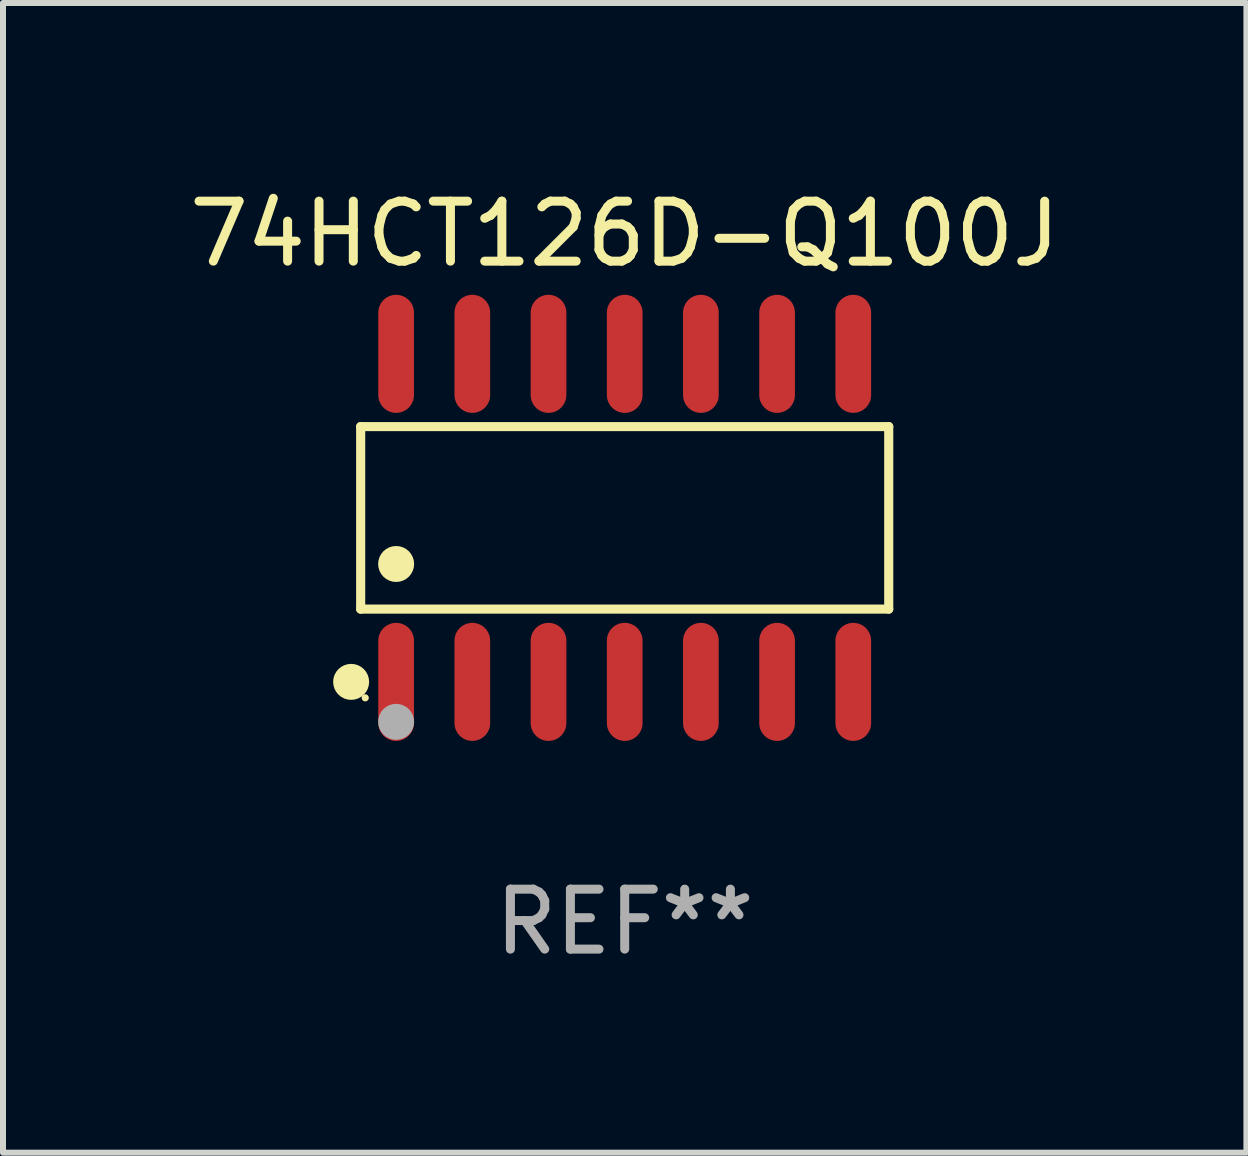
<source format=kicad_pcb>
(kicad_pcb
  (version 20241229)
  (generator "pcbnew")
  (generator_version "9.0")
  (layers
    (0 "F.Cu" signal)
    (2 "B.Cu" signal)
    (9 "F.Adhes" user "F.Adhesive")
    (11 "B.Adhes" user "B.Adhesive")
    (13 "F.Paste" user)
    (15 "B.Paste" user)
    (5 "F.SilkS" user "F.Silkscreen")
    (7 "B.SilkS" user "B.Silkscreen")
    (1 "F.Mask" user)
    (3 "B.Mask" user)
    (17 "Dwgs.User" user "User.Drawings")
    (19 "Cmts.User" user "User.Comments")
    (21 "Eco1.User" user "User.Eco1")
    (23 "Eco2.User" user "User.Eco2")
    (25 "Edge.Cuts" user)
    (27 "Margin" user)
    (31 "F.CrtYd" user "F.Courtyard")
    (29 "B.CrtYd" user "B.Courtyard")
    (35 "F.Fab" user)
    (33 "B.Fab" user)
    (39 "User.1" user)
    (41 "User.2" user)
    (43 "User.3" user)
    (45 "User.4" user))
  (footprint "74HCT126D-Q100J"
    (layer "F.Cu")
    (at 7.363 5.582)
    (property "Reference" "74HCT126D-Q100J" (at 0 -4.734 0) (layer "F.SilkS") (effects (font (size 1 1) (thickness 0.15))))
    (attr through_hole)
    (fp_line (start -4.401 -1.521) (end 4.401 -1.521) (stroke (width 0.152) (type solid)) (layer "F.SilkS"))
    (fp_line (start -4.401 1.521) (end -4.401 -1.521) (stroke (width 0.152) (type solid)) (layer "F.SilkS"))
    (fp_line (start 4.401 -1.521) (end 4.401 1.521) (stroke (width 0.152) (type solid)) (layer "F.SilkS"))
    (fp_line (start 4.401 1.521) (end -4.401 1.521) (stroke (width 0.152) (type solid)) (layer "F.SilkS"))
    (fp_circle (center -4.56 2.734) (end -4.41 2.734) (stroke (width 0.3) (type solid)) (fill no) (layer "F.SilkS"))
    (fp_circle (center -4.325 3) (end -4.295 3) (stroke (width 0.06) (type solid)) (fill no) (layer "F.SilkS"))
    (fp_circle (center -3.81 0.769) (end -3.66 0.769) (stroke (width 0.3) (type solid)) (fill no) (layer "F.SilkS"))
    (fp_circle (center -3.81 3.4) (end -3.66 3.4) (stroke (width 0.3) (type solid)) (fill no) (layer "F.Fab"))
    (fp_text user "REF**" (at 0 6.734 0) (layer "F.Fab") (effects (font (size 1 1) (thickness 0.15))))
    (pad "1" smd oval (at -3.81 2.734) (size 0.595 1.968) (layers "F.Cu" "F.Mask" "F.Paste"))
    (pad "2" smd oval (at -2.54 2.734) (size 0.595 1.968) (layers "F.Cu" "F.Mask" "F.Paste"))
    (pad "3" smd oval (at -1.27 2.734) (size 0.595 1.968) (layers "F.Cu" "F.Mask" "F.Paste"))
    (pad "4" smd oval (at 0 2.734) (size 0.595 1.968) (layers "F.Cu" "F.Mask" "F.Paste"))
    (pad "5" smd oval (at 1.27 2.734) (size 0.595 1.968) (layers "F.Cu" "F.Mask" "F.Paste"))
    (pad "6" smd oval (at 2.54 2.734) (size 0.595 1.968) (layers "F.Cu" "F.Mask" "F.Paste"))
    (pad "7" smd oval (at 3.81 2.734) (size 0.595 1.968) (layers "F.Cu" "F.Mask" "F.Paste"))
    (pad "8" smd oval (at 3.81 -2.734) (size 0.595 1.968) (layers "F.Cu" "F.Mask" "F.Paste"))
    (pad "9" smd oval (at 2.54 -2.734) (size 0.595 1.968) (layers "F.Cu" "F.Mask" "F.Paste"))
    (pad "10" smd oval (at 1.27 -2.734) (size 0.595 1.968) (layers "F.Cu" "F.Mask" "F.Paste"))
    (pad "11" smd oval (at 0 -2.734) (size 0.595 1.968) (layers "F.Cu" "F.Mask" "F.Paste"))
    (pad "12" smd oval (at -1.27 -2.734) (size 0.595 1.968) (layers "F.Cu" "F.Mask" "F.Paste"))
    (pad "13" smd oval (at -2.54 -2.734) (size 0.595 1.968) (layers "F.Cu" "F.Mask" "F.Paste"))
    (pad "14" smd oval (at -3.81 -2.734) (size 0.595 1.968) (layers "F.Cu" "F.Mask" "F.Paste")))
  (gr_rect
    (start -3 -3)
    (end 17.726 16.164)
    (stroke (width 0.1) (type default))
    (fill no)
    (layer "Edge.Cuts")))
</source>
